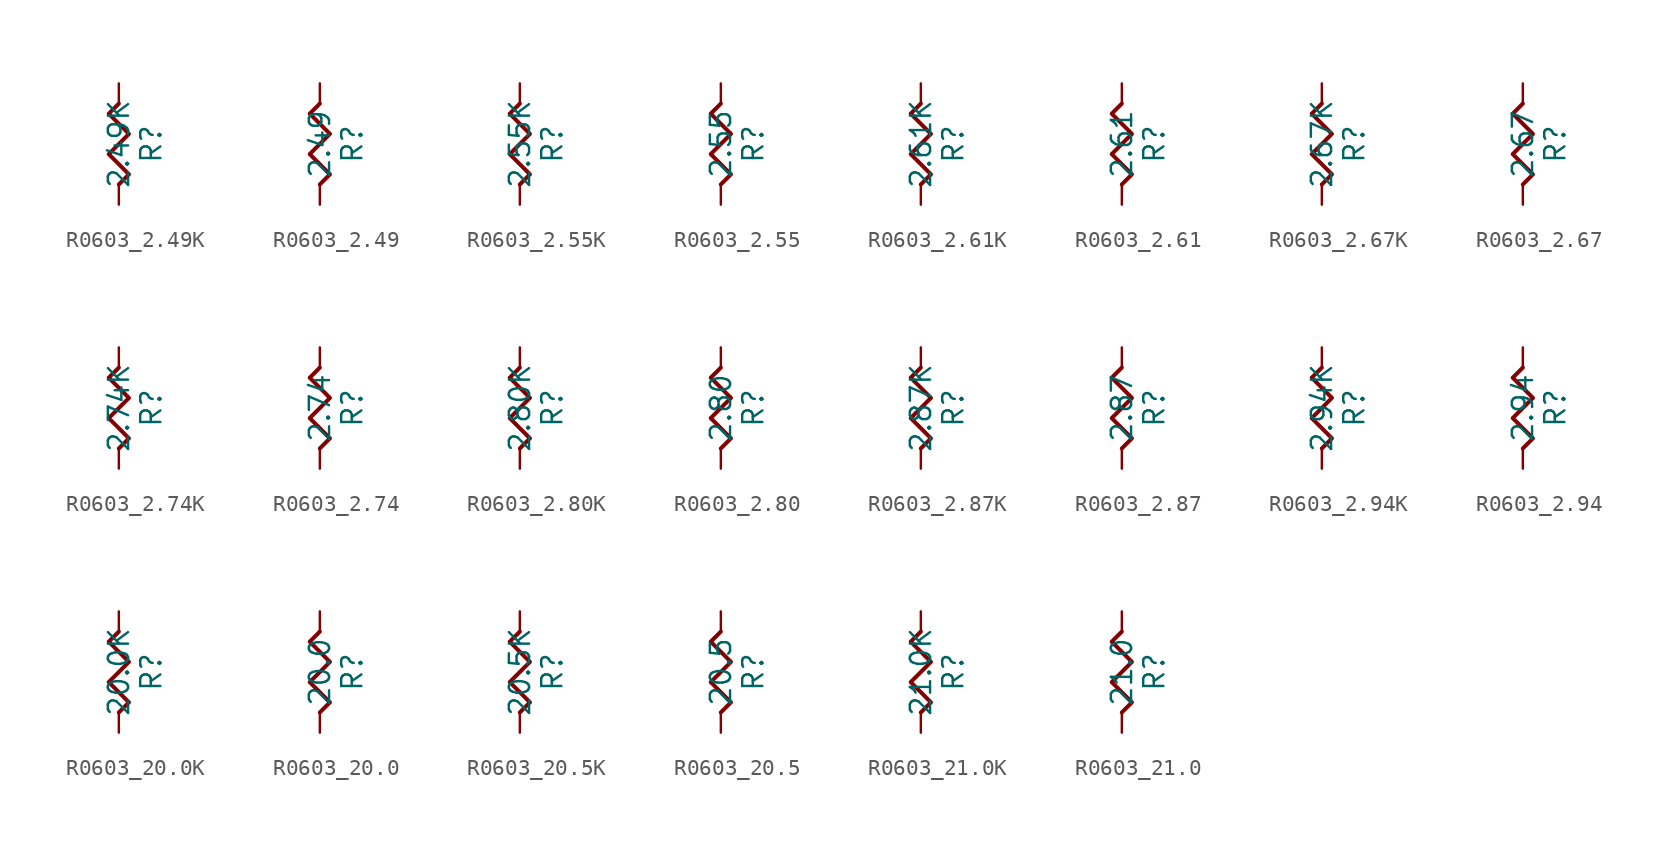
<source format=kicad_sym>
(kicad_symbol_lib
  (version 20211014)
  (generator atlantix-eda)
  (symbol "R0603_2.49K"
    (pin_numbers hide)
    (pin_names
      (offset 0))
    (property "Reference" "R"
      (at 2.032 0 90)
      (effects (font (size 1.27 1.27))))
    (property "Value" "2.49K"
      (at 0 0 90)
      (effects (font (size 1.27 1.27))))
    (symbol "R0603_2.49K_0_1"
      (polyline (pts (xy 0 -2.54) (xy 0.635 -1.905) (xy -0.635 -0.635) (xy 0.635 0.635) (xy -0.635 1.905) (xy 0 2.54)) (stroke (width 0.254) (type default) (color 0 0 0 0)) (fill (type none))))
    (symbol "R0603_2.49K_1_1"
      (pin passive line (at 0 3.81 270) (length 1.27) (name "~" (effects (font (size 1.27 1.27)))) (number "1" (effects (font (size 1.27 1.27)))))
      (pin passive line (at 0 -3.81 90) (length 1.27) (name "~" (effects (font (size 1.27 1.27)))) (number "2" (effects (font (size 1.27 1.27)))))))
  (symbol "R0603_2.49"
    (pin_numbers hide)
    (pin_names
      (offset 0))
    (property "Reference" "R"
      (at 2.032 0 90)
      (effects (font (size 1.27 1.27))))
    (property "Value" "2.49"
      (at 0 0 90)
      (effects (font (size 1.27 1.27))))
    (symbol "R0603_2.49_0_1"
      (polyline (pts (xy 0 -2.54) (xy 0.635 -1.905) (xy -0.635 -0.635) (xy 0.635 0.635) (xy -0.635 1.905) (xy 0 2.54)) (stroke (width 0.254) (type default) (color 0 0 0 0)) (fill (type none))))
    (symbol "R0603_2.49_1_1"
      (pin passive line (at 0 3.81 270) (length 1.27) (name "~" (effects (font (size 1.27 1.27)))) (number "1" (effects (font (size 1.27 1.27)))))
      (pin passive line (at 0 -3.81 90) (length 1.27) (name "~" (effects (font (size 1.27 1.27)))) (number "2" (effects (font (size 1.27 1.27)))))))
  (symbol "R0603_2.55K"
    (pin_numbers hide)
    (pin_names
      (offset 0))
    (property "Reference" "R"
      (at 2.032 0 90)
      (effects (font (size 1.27 1.27))))
    (property "Value" "2.55K"
      (at 0 0 90)
      (effects (font (size 1.27 1.27))))
    (symbol "R0603_2.55K_0_1"
      (polyline (pts (xy 0 -2.54) (xy 0.635 -1.905) (xy -0.635 -0.635) (xy 0.635 0.635) (xy -0.635 1.905) (xy 0 2.54)) (stroke (width 0.254) (type default) (color 0 0 0 0)) (fill (type none))))
    (symbol "R0603_2.55K_1_1"
      (pin passive line (at 0 3.81 270) (length 1.27) (name "~" (effects (font (size 1.27 1.27)))) (number "1" (effects (font (size 1.27 1.27)))))
      (pin passive line (at 0 -3.81 90) (length 1.27) (name "~" (effects (font (size 1.27 1.27)))) (number "2" (effects (font (size 1.27 1.27)))))))
  (symbol "R0603_2.55"
    (pin_numbers hide)
    (pin_names
      (offset 0))
    (property "Reference" "R"
      (at 2.032 0 90)
      (effects (font (size 1.27 1.27))))
    (property "Value" "2.55"
      (at 0 0 90)
      (effects (font (size 1.27 1.27))))
    (symbol "R0603_2.55_0_1"
      (polyline (pts (xy 0 -2.54) (xy 0.635 -1.905) (xy -0.635 -0.635) (xy 0.635 0.635) (xy -0.635 1.905) (xy 0 2.54)) (stroke (width 0.254) (type default) (color 0 0 0 0)) (fill (type none))))
    (symbol "R0603_2.55_1_1"
      (pin passive line (at 0 3.81 270) (length 1.27) (name "~" (effects (font (size 1.27 1.27)))) (number "1" (effects (font (size 1.27 1.27)))))
      (pin passive line (at 0 -3.81 90) (length 1.27) (name "~" (effects (font (size 1.27 1.27)))) (number "2" (effects (font (size 1.27 1.27)))))))
  (symbol "R0603_2.61K"
    (pin_numbers hide)
    (pin_names
      (offset 0))
    (property "Reference" "R"
      (at 2.032 0 90)
      (effects (font (size 1.27 1.27))))
    (property "Value" "2.61K"
      (at 0 0 90)
      (effects (font (size 1.27 1.27))))
    (symbol "R0603_2.61K_0_1"
      (polyline (pts (xy 0 -2.54) (xy 0.635 -1.905) (xy -0.635 -0.635) (xy 0.635 0.635) (xy -0.635 1.905) (xy 0 2.54)) (stroke (width 0.254) (type default) (color 0 0 0 0)) (fill (type none))))
    (symbol "R0603_2.61K_1_1"
      (pin passive line (at 0 3.81 270) (length 1.27) (name "~" (effects (font (size 1.27 1.27)))) (number "1" (effects (font (size 1.27 1.27)))))
      (pin passive line (at 0 -3.81 90) (length 1.27) (name "~" (effects (font (size 1.27 1.27)))) (number "2" (effects (font (size 1.27 1.27)))))))
  (symbol "R0603_2.61"
    (pin_numbers hide)
    (pin_names
      (offset 0))
    (property "Reference" "R"
      (at 2.032 0 90)
      (effects (font (size 1.27 1.27))))
    (property "Value" "2.61"
      (at 0 0 90)
      (effects (font (size 1.27 1.27))))
    (symbol "R0603_2.61_0_1"
      (polyline (pts (xy 0 -2.54) (xy 0.635 -1.905) (xy -0.635 -0.635) (xy 0.635 0.635) (xy -0.635 1.905) (xy 0 2.54)) (stroke (width 0.254) (type default) (color 0 0 0 0)) (fill (type none))))
    (symbol "R0603_2.61_1_1"
      (pin passive line (at 0 3.81 270) (length 1.27) (name "~" (effects (font (size 1.27 1.27)))) (number "1" (effects (font (size 1.27 1.27)))))
      (pin passive line (at 0 -3.81 90) (length 1.27) (name "~" (effects (font (size 1.27 1.27)))) (number "2" (effects (font (size 1.27 1.27)))))))
  (symbol "R0603_2.67K"
    (pin_numbers hide)
    (pin_names
      (offset 0))
    (property "Reference" "R"
      (at 2.032 0 90)
      (effects (font (size 1.27 1.27))))
    (property "Value" "2.67K"
      (at 0 0 90)
      (effects (font (size 1.27 1.27))))
    (symbol "R0603_2.67K_0_1"
      (polyline (pts (xy 0 -2.54) (xy 0.635 -1.905) (xy -0.635 -0.635) (xy 0.635 0.635) (xy -0.635 1.905) (xy 0 2.54)) (stroke (width 0.254) (type default) (color 0 0 0 0)) (fill (type none))))
    (symbol "R0603_2.67K_1_1"
      (pin passive line (at 0 3.81 270) (length 1.27) (name "~" (effects (font (size 1.27 1.27)))) (number "1" (effects (font (size 1.27 1.27)))))
      (pin passive line (at 0 -3.81 90) (length 1.27) (name "~" (effects (font (size 1.27 1.27)))) (number "2" (effects (font (size 1.27 1.27)))))))
  (symbol "R0603_2.67"
    (pin_numbers hide)
    (pin_names
      (offset 0))
    (property "Reference" "R"
      (at 2.032 0 90)
      (effects (font (size 1.27 1.27))))
    (property "Value" "2.67"
      (at 0 0 90)
      (effects (font (size 1.27 1.27))))
    (symbol "R0603_2.67_0_1"
      (polyline (pts (xy 0 -2.54) (xy 0.635 -1.905) (xy -0.635 -0.635) (xy 0.635 0.635) (xy -0.635 1.905) (xy 0 2.54)) (stroke (width 0.254) (type default) (color 0 0 0 0)) (fill (type none))))
    (symbol "R0603_2.67_1_1"
      (pin passive line (at 0 3.81 270) (length 1.27) (name "~" (effects (font (size 1.27 1.27)))) (number "1" (effects (font (size 1.27 1.27)))))
      (pin passive line (at 0 -3.81 90) (length 1.27) (name "~" (effects (font (size 1.27 1.27)))) (number "2" (effects (font (size 1.27 1.27)))))))
  (symbol "R0603_2.74K"
    (pin_numbers hide)
    (pin_names
      (offset 0))
    (property "Reference" "R"
      (at 2.032 0 90)
      (effects (font (size 1.27 1.27))))
    (property "Value" "2.74K"
      (at 0 0 90)
      (effects (font (size 1.27 1.27))))
    (symbol "R0603_2.74K_0_1"
      (polyline (pts (xy 0 -2.54) (xy 0.635 -1.905) (xy -0.635 -0.635) (xy 0.635 0.635) (xy -0.635 1.905) (xy 0 2.54)) (stroke (width 0.254) (type default) (color 0 0 0 0)) (fill (type none))))
    (symbol "R0603_2.74K_1_1"
      (pin passive line (at 0 3.81 270) (length 1.27) (name "~" (effects (font (size 1.27 1.27)))) (number "1" (effects (font (size 1.27 1.27)))))
      (pin passive line (at 0 -3.81 90) (length 1.27) (name "~" (effects (font (size 1.27 1.27)))) (number "2" (effects (font (size 1.27 1.27)))))))
  (symbol "R0603_2.74"
    (pin_numbers hide)
    (pin_names
      (offset 0))
    (property "Reference" "R"
      (at 2.032 0 90)
      (effects (font (size 1.27 1.27))))
    (property "Value" "2.74"
      (at 0 0 90)
      (effects (font (size 1.27 1.27))))
    (symbol "R0603_2.74_0_1"
      (polyline (pts (xy 0 -2.54) (xy 0.635 -1.905) (xy -0.635 -0.635) (xy 0.635 0.635) (xy -0.635 1.905) (xy 0 2.54)) (stroke (width 0.254) (type default) (color 0 0 0 0)) (fill (type none))))
    (symbol "R0603_2.74_1_1"
      (pin passive line (at 0 3.81 270) (length 1.27) (name "~" (effects (font (size 1.27 1.27)))) (number "1" (effects (font (size 1.27 1.27)))))
      (pin passive line (at 0 -3.81 90) (length 1.27) (name "~" (effects (font (size 1.27 1.27)))) (number "2" (effects (font (size 1.27 1.27)))))))
  (symbol "R0603_2.80K"
    (pin_numbers hide)
    (pin_names
      (offset 0))
    (property "Reference" "R"
      (at 2.032 0 90)
      (effects (font (size 1.27 1.27))))
    (property "Value" "2.80K"
      (at 0 0 90)
      (effects (font (size 1.27 1.27))))
    (symbol "R0603_2.80K_0_1"
      (polyline (pts (xy 0 -2.54) (xy 0.635 -1.905) (xy -0.635 -0.635) (xy 0.635 0.635) (xy -0.635 1.905) (xy 0 2.54)) (stroke (width 0.254) (type default) (color 0 0 0 0)) (fill (type none))))
    (symbol "R0603_2.80K_1_1"
      (pin passive line (at 0 3.81 270) (length 1.27) (name "~" (effects (font (size 1.27 1.27)))) (number "1" (effects (font (size 1.27 1.27)))))
      (pin passive line (at 0 -3.81 90) (length 1.27) (name "~" (effects (font (size 1.27 1.27)))) (number "2" (effects (font (size 1.27 1.27)))))))
  (symbol "R0603_2.80"
    (pin_numbers hide)
    (pin_names
      (offset 0))
    (property "Reference" "R"
      (at 2.032 0 90)
      (effects (font (size 1.27 1.27))))
    (property "Value" "2.80"
      (at 0 0 90)
      (effects (font (size 1.27 1.27))))
    (symbol "R0603_2.80_0_1"
      (polyline (pts (xy 0 -2.54) (xy 0.635 -1.905) (xy -0.635 -0.635) (xy 0.635 0.635) (xy -0.635 1.905) (xy 0 2.54)) (stroke (width 0.254) (type default) (color 0 0 0 0)) (fill (type none))))
    (symbol "R0603_2.80_1_1"
      (pin passive line (at 0 3.81 270) (length 1.27) (name "~" (effects (font (size 1.27 1.27)))) (number "1" (effects (font (size 1.27 1.27)))))
      (pin passive line (at 0 -3.81 90) (length 1.27) (name "~" (effects (font (size 1.27 1.27)))) (number "2" (effects (font (size 1.27 1.27)))))))
  (symbol "R0603_2.87K"
    (pin_numbers hide)
    (pin_names
      (offset 0))
    (property "Reference" "R"
      (at 2.032 0 90)
      (effects (font (size 1.27 1.27))))
    (property "Value" "2.87K"
      (at 0 0 90)
      (effects (font (size 1.27 1.27))))
    (symbol "R0603_2.87K_0_1"
      (polyline (pts (xy 0 -2.54) (xy 0.635 -1.905) (xy -0.635 -0.635) (xy 0.635 0.635) (xy -0.635 1.905) (xy 0 2.54)) (stroke (width 0.254) (type default) (color 0 0 0 0)) (fill (type none))))
    (symbol "R0603_2.87K_1_1"
      (pin passive line (at 0 3.81 270) (length 1.27) (name "~" (effects (font (size 1.27 1.27)))) (number "1" (effects (font (size 1.27 1.27)))))
      (pin passive line (at 0 -3.81 90) (length 1.27) (name "~" (effects (font (size 1.27 1.27)))) (number "2" (effects (font (size 1.27 1.27)))))))
  (symbol "R0603_2.87"
    (pin_numbers hide)
    (pin_names
      (offset 0))
    (property "Reference" "R"
      (at 2.032 0 90)
      (effects (font (size 1.27 1.27))))
    (property "Value" "2.87"
      (at 0 0 90)
      (effects (font (size 1.27 1.27))))
    (symbol "R0603_2.87_0_1"
      (polyline (pts (xy 0 -2.54) (xy 0.635 -1.905) (xy -0.635 -0.635) (xy 0.635 0.635) (xy -0.635 1.905) (xy 0 2.54)) (stroke (width 0.254) (type default) (color 0 0 0 0)) (fill (type none))))
    (symbol "R0603_2.87_1_1"
      (pin passive line (at 0 3.81 270) (length 1.27) (name "~" (effects (font (size 1.27 1.27)))) (number "1" (effects (font (size 1.27 1.27)))))
      (pin passive line (at 0 -3.81 90) (length 1.27) (name "~" (effects (font (size 1.27 1.27)))) (number "2" (effects (font (size 1.27 1.27)))))))
  (symbol "R0603_2.94K"
    (pin_numbers hide)
    (pin_names
      (offset 0))
    (property "Reference" "R"
      (at 2.032 0 90)
      (effects (font (size 1.27 1.27))))
    (property "Value" "2.94K"
      (at 0 0 90)
      (effects (font (size 1.27 1.27))))
    (symbol "R0603_2.94K_0_1"
      (polyline (pts (xy 0 -2.54) (xy 0.635 -1.905) (xy -0.635 -0.635) (xy 0.635 0.635) (xy -0.635 1.905) (xy 0 2.54)) (stroke (width 0.254) (type default) (color 0 0 0 0)) (fill (type none))))
    (symbol "R0603_2.94K_1_1"
      (pin passive line (at 0 3.81 270) (length 1.27) (name "~" (effects (font (size 1.27 1.27)))) (number "1" (effects (font (size 1.27 1.27)))))
      (pin passive line (at 0 -3.81 90) (length 1.27) (name "~" (effects (font (size 1.27 1.27)))) (number "2" (effects (font (size 1.27 1.27)))))))
  (symbol "R0603_2.94"
    (pin_numbers hide)
    (pin_names
      (offset 0))
    (property "Reference" "R"
      (at 2.032 0 90)
      (effects (font (size 1.27 1.27))))
    (property "Value" "2.94"
      (at 0 0 90)
      (effects (font (size 1.27 1.27))))
    (symbol "R0603_2.94_0_1"
      (polyline (pts (xy 0 -2.54) (xy 0.635 -1.905) (xy -0.635 -0.635) (xy 0.635 0.635) (xy -0.635 1.905) (xy 0 2.54)) (stroke (width 0.254) (type default) (color 0 0 0 0)) (fill (type none))))
    (symbol "R0603_2.94_1_1"
      (pin passive line (at 0 3.81 270) (length 1.27) (name "~" (effects (font (size 1.27 1.27)))) (number "1" (effects (font (size 1.27 1.27)))))
      (pin passive line (at 0 -3.81 90) (length 1.27) (name "~" (effects (font (size 1.27 1.27)))) (number "2" (effects (font (size 1.27 1.27)))))))
  (symbol "R0603_20.0K"
    (pin_numbers hide)
    (pin_names
      (offset 0))
    (property "Reference" "R"
      (at 2.032 0 90)
      (effects (font (size 1.27 1.27))))
    (property "Value" "20.0K"
      (at 0 0 90)
      (effects (font (size 1.27 1.27))))
    (symbol "R0603_20.0K_0_1"
      (polyline (pts (xy 0 -2.54) (xy 0.635 -1.905) (xy -0.635 -0.635) (xy 0.635 0.635) (xy -0.635 1.905) (xy 0 2.54)) (stroke (width 0.254) (type default) (color 0 0 0 0)) (fill (type none))))
    (symbol "R0603_20.0K_1_1"
      (pin passive line (at 0 3.81 270) (length 1.27) (name "~" (effects (font (size 1.27 1.27)))) (number "1" (effects (font (size 1.27 1.27)))))
      (pin passive line (at 0 -3.81 90) (length 1.27) (name "~" (effects (font (size 1.27 1.27)))) (number "2" (effects (font (size 1.27 1.27)))))))
  (symbol "R0603_20.0"
    (pin_numbers hide)
    (pin_names
      (offset 0))
    (property "Reference" "R"
      (at 2.032 0 90)
      (effects (font (size 1.27 1.27))))
    (property "Value" "20.0"
      (at 0 0 90)
      (effects (font (size 1.27 1.27))))
    (symbol "R0603_20.0_0_1"
      (polyline (pts (xy 0 -2.54) (xy 0.635 -1.905) (xy -0.635 -0.635) (xy 0.635 0.635) (xy -0.635 1.905) (xy 0 2.54)) (stroke (width 0.254) (type default) (color 0 0 0 0)) (fill (type none))))
    (symbol "R0603_20.0_1_1"
      (pin passive line (at 0 3.81 270) (length 1.27) (name "~" (effects (font (size 1.27 1.27)))) (number "1" (effects (font (size 1.27 1.27)))))
      (pin passive line (at 0 -3.81 90) (length 1.27) (name "~" (effects (font (size 1.27 1.27)))) (number "2" (effects (font (size 1.27 1.27)))))))
  (symbol "R0603_20.5K"
    (pin_numbers hide)
    (pin_names
      (offset 0))
    (property "Reference" "R"
      (at 2.032 0 90)
      (effects (font (size 1.27 1.27))))
    (property "Value" "20.5K"
      (at 0 0 90)
      (effects (font (size 1.27 1.27))))
    (symbol "R0603_20.5K_0_1"
      (polyline (pts (xy 0 -2.54) (xy 0.635 -1.905) (xy -0.635 -0.635) (xy 0.635 0.635) (xy -0.635 1.905) (xy 0 2.54)) (stroke (width 0.254) (type default) (color 0 0 0 0)) (fill (type none))))
    (symbol "R0603_20.5K_1_1"
      (pin passive line (at 0 3.81 270) (length 1.27) (name "~" (effects (font (size 1.27 1.27)))) (number "1" (effects (font (size 1.27 1.27)))))
      (pin passive line (at 0 -3.81 90) (length 1.27) (name "~" (effects (font (size 1.27 1.27)))) (number "2" (effects (font (size 1.27 1.27)))))))
  (symbol "R0603_20.5"
    (pin_numbers hide)
    (pin_names
      (offset 0))
    (property "Reference" "R"
      (at 2.032 0 90)
      (effects (font (size 1.27 1.27))))
    (property "Value" "20.5"
      (at 0 0 90)
      (effects (font (size 1.27 1.27))))
    (symbol "R0603_20.5_0_1"
      (polyline (pts (xy 0 -2.54) (xy 0.635 -1.905) (xy -0.635 -0.635) (xy 0.635 0.635) (xy -0.635 1.905) (xy 0 2.54)) (stroke (width 0.254) (type default) (color 0 0 0 0)) (fill (type none))))
    (symbol "R0603_20.5_1_1"
      (pin passive line (at 0 3.81 270) (length 1.27) (name "~" (effects (font (size 1.27 1.27)))) (number "1" (effects (font (size 1.27 1.27)))))
      (pin passive line (at 0 -3.81 90) (length 1.27) (name "~" (effects (font (size 1.27 1.27)))) (number "2" (effects (font (size 1.27 1.27)))))))
  (symbol "R0603_21.0K"
    (pin_numbers hide)
    (pin_names
      (offset 0))
    (property "Reference" "R"
      (at 2.032 0 90)
      (effects (font (size 1.27 1.27))))
    (property "Value" "21.0K"
      (at 0 0 90)
      (effects (font (size 1.27 1.27))))
    (symbol "R0603_21.0K_0_1"
      (polyline (pts (xy 0 -2.54) (xy 0.635 -1.905) (xy -0.635 -0.635) (xy 0.635 0.635) (xy -0.635 1.905) (xy 0 2.54)) (stroke (width 0.254) (type default) (color 0 0 0 0)) (fill (type none))))
    (symbol "R0603_21.0K_1_1"
      (pin passive line (at 0 3.81 270) (length 1.27) (name "~" (effects (font (size 1.27 1.27)))) (number "1" (effects (font (size 1.27 1.27)))))
      (pin passive line (at 0 -3.81 90) (length 1.27) (name "~" (effects (font (size 1.27 1.27)))) (number "2" (effects (font (size 1.27 1.27)))))))
  (symbol "R0603_21.0"
    (pin_numbers hide)
    (pin_names
      (offset 0))
    (property "Reference" "R"
      (at 2.032 0 90)
      (effects (font (size 1.27 1.27))))
    (property "Value" "21.0"
      (at 0 0 90)
      (effects (font (size 1.27 1.27))))
    (symbol "R0603_21.0_0_1"
      (polyline (pts (xy 0 -2.54) (xy 0.635 -1.905) (xy -0.635 -0.635) (xy 0.635 0.635) (xy -0.635 1.905) (xy 0 2.54)) (stroke (width 0.254) (type default) (color 0 0 0 0)) (fill (type none))))
    (symbol "R0603_21.0_1_1"
      (pin passive line (at 0 3.81 270) (length 1.27) (name "~" (effects (font (size 1.27 1.27)))) (number "1" (effects (font (size 1.27 1.27)))))
      (pin passive line (at 0 -3.81 90) (length 1.27) (name "~" (effects (font (size 1.27 1.27)))) (number "2" (effects (font (size 1.27 1.27))))))))
</source>
